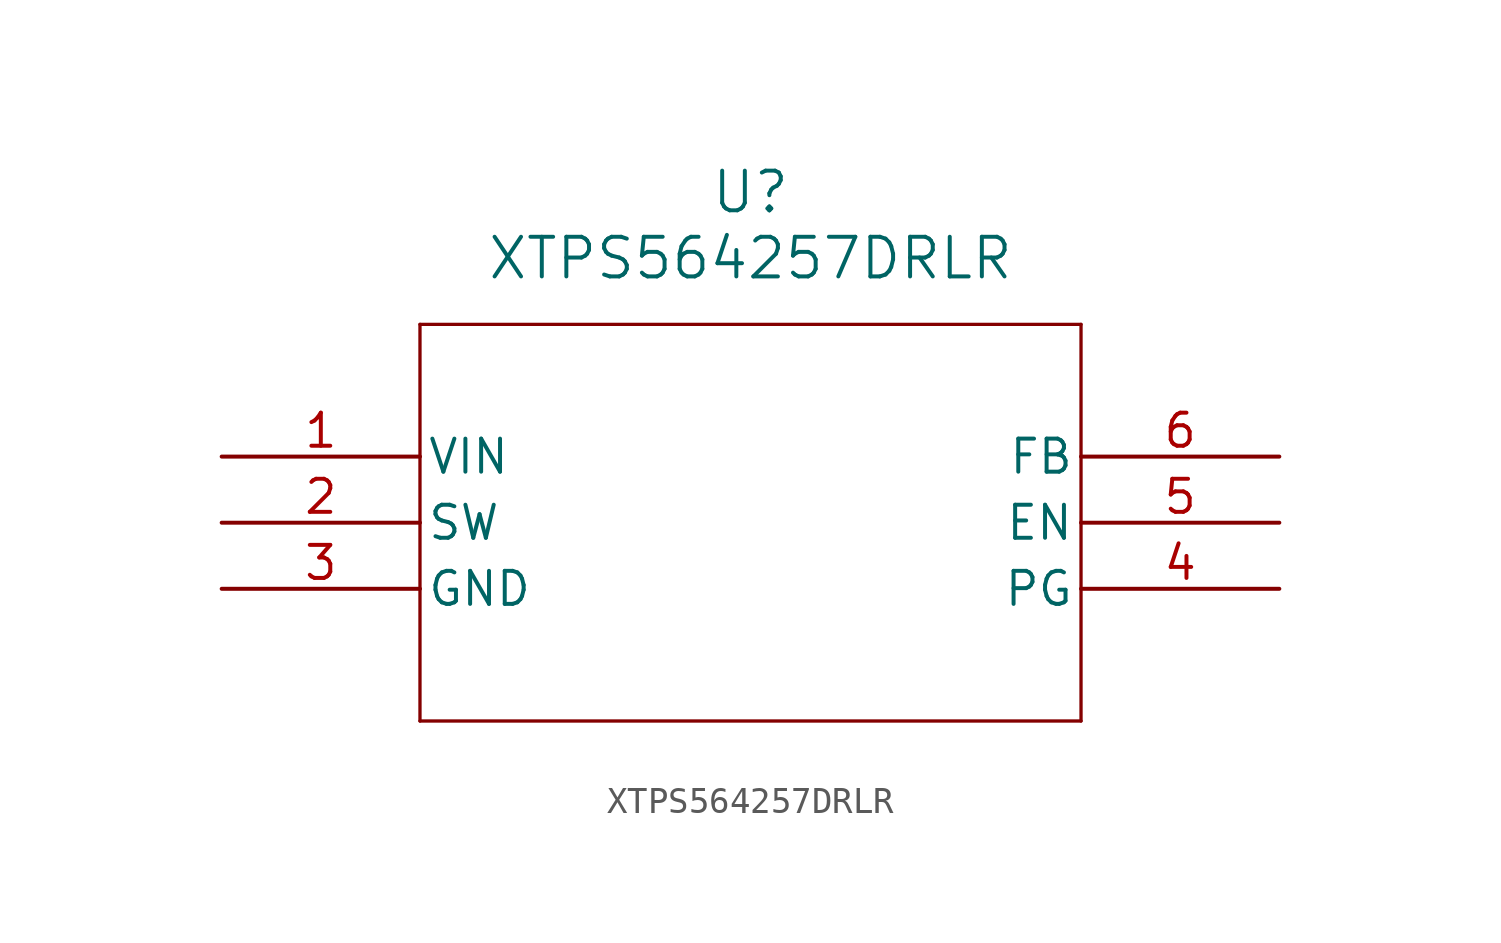
<source format=kicad_sym>
(kicad_symbol_lib
  (version 20211014)
  (generator kicad_symbol_editor)
  (symbol "XTPS564257DRLR"
    (pin_names
      (offset 0.254))
    (property "Reference" "U"
      (at 20.32 10.16 0)
      (effects (font (size 1.524 1.524))))
    (property "Value" "XTPS564257DRLR"
      (at 20.32 7.62 0)
      (effects (font (size 1.524 1.524))))
    (symbol "XTPS564257DRLR_0_1"
      (polyline (pts (xy 7.62 5.08) (xy 7.62 -10.16)) (stroke (width 0.127) (type default) (color 0 0 0 0)) (fill (type none)))
      (polyline (pts (xy 7.62 -10.16) (xy 33.02 -10.16)) (stroke (width 0.127) (type default) (color 0 0 0 0)) (fill (type none)))
      (polyline (pts (xy 33.02 -10.16) (xy 33.02 5.08)) (stroke (width 0.127) (type default) (color 0 0 0 0)) (fill (type none)))
      (polyline (pts (xy 33.02 5.08) (xy 7.62 5.08)) (stroke (width 0.127) (type default) (color 0 0 0 0)) (fill (type none)))
      (pin power_in line (at 0 0 0) (length 7.62) (name "VIN" (effects (font (size 1.27 1.27)))) (number "1" (effects (font (size 1.27 1.27)))))
      (pin power_in line (at 0 -2.54 0) (length 7.62) (name "SW" (effects (font (size 1.27 1.27)))) (number "2" (effects (font (size 1.27 1.27)))))
      (pin power_out line (at 0 -5.08 0) (length 7.62) (name "GND" (effects (font (size 1.27 1.27)))) (number "3" (effects (font (size 1.27 1.27)))))
      (pin unspecified line (at 40.64 -5.08 180) (length 7.62) (name "PG" (effects (font (size 1.27 1.27)))) (number "4" (effects (font (size 1.27 1.27)))))
      (pin unspecified line (at 40.64 -2.54 180) (length 7.62) (name "EN" (effects (font (size 1.27 1.27)))) (number "5" (effects (font (size 1.27 1.27)))))
      (pin unspecified line (at 40.64 0 180) (length 7.62) (name "FB" (effects (font (size 1.27 1.27)))) (number "6" (effects (font (size 1.27 1.27))))))))
</source>
